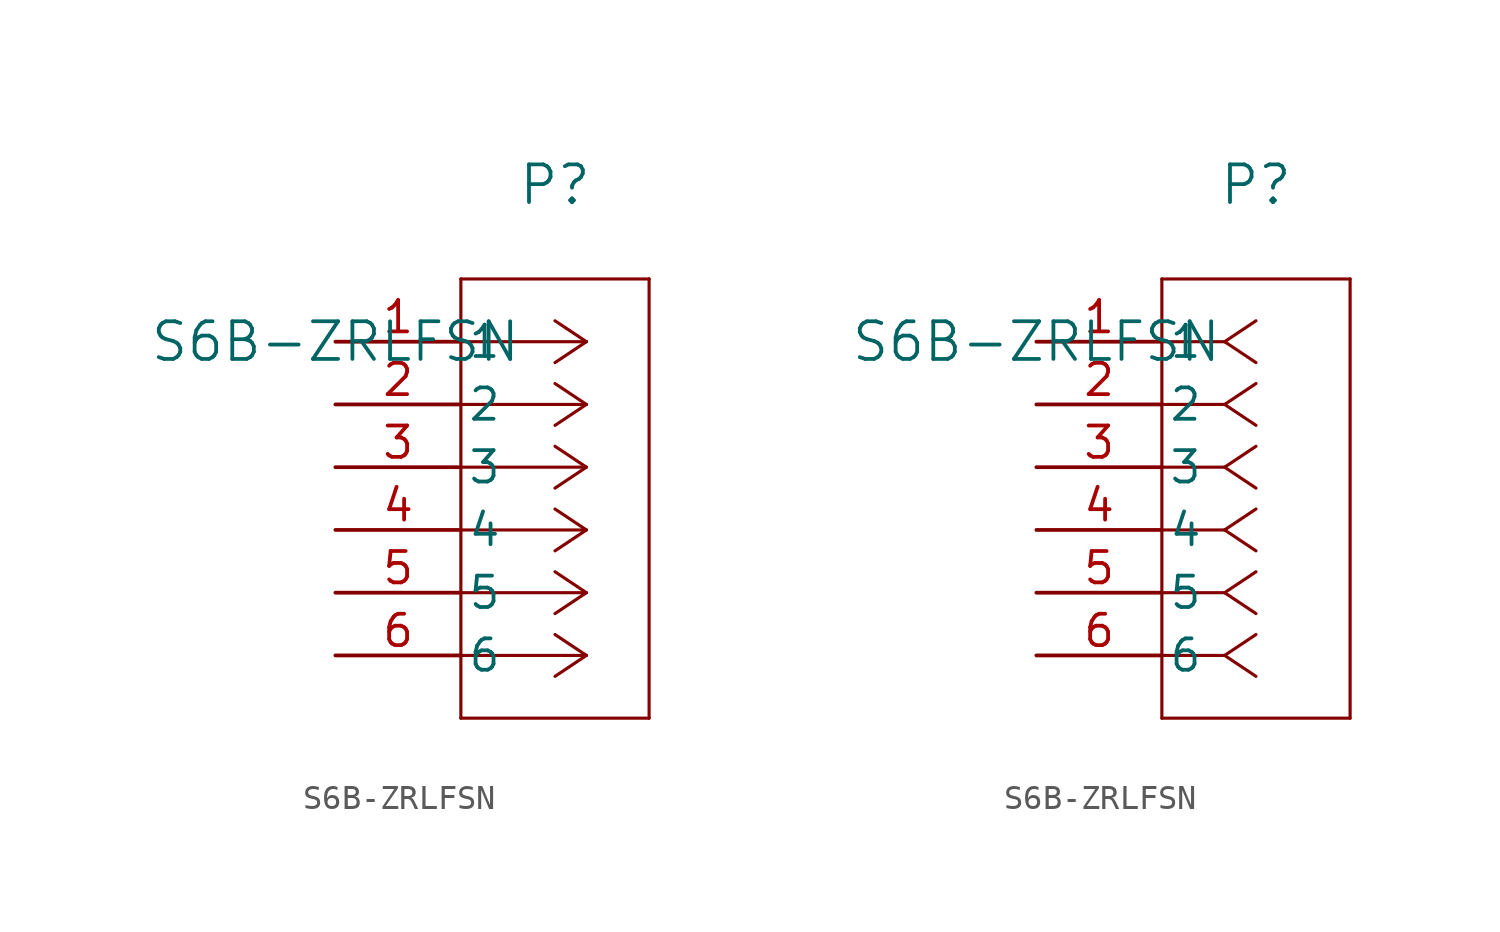
<source format=kicad_sym>
(kicad_symbol_lib
  (version 20211014)
  (generator kicad_symbol_editor)
  (symbol "S6B-ZRLFSN"
    (pin_names
      (offset 0.254))
    (property "Reference" "P"
      (at 8.89 6.35 0)
      (effects (font (size 1.524 1.524))))
    (property "Value" "S6B-ZRLFSN"
      (at 0 0 0)
      (effects (font (size 1.524 1.524))))
    (symbol "S6B-ZRLFSN_1_1"
      (polyline (pts (xy 10.16 0) (xy 5.08 0)) (stroke (width 0.127) (type default) (color 0 0 0 0)) (fill (type none)))
      (polyline (pts (xy 10.16 -2.54) (xy 5.08 -2.54)) (stroke (width 0.127) (type default) (color 0 0 0 0)) (fill (type none)))
      (polyline (pts (xy 10.16 -5.08) (xy 5.08 -5.08)) (stroke (width 0.127) (type default) (color 0 0 0 0)) (fill (type none)))
      (polyline (pts (xy 10.16 -7.62) (xy 5.08 -7.62)) (stroke (width 0.127) (type default) (color 0 0 0 0)) (fill (type none)))
      (polyline (pts (xy 10.16 -10.16) (xy 5.08 -10.16)) (stroke (width 0.127) (type default) (color 0 0 0 0)) (fill (type none)))
      (polyline (pts (xy 10.16 -12.7) (xy 5.08 -12.7)) (stroke (width 0.127) (type default) (color 0 0 0 0)) (fill (type none)))
      (polyline (pts (xy 10.16 0) (xy 8.89 0.847)) (stroke (width 0.127) (type default) (color 0 0 0 0)) (fill (type none)))
      (polyline (pts (xy 10.16 -2.54) (xy 8.89 -1.693)) (stroke (width 0.127) (type default) (color 0 0 0 0)) (fill (type none)))
      (polyline (pts (xy 10.16 -5.08) (xy 8.89 -4.233)) (stroke (width 0.127) (type default) (color 0 0 0 0)) (fill (type none)))
      (polyline (pts (xy 10.16 -7.62) (xy 8.89 -6.773)) (stroke (width 0.127) (type default) (color 0 0 0 0)) (fill (type none)))
      (polyline (pts (xy 10.16 -10.16) (xy 8.89 -9.313)) (stroke (width 0.127) (type default) (color 0 0 0 0)) (fill (type none)))
      (polyline (pts (xy 10.16 -12.7) (xy 8.89 -11.853)) (stroke (width 0.127) (type default) (color 0 0 0 0)) (fill (type none)))
      (polyline (pts (xy 10.16 0) (xy 8.89 -0.847)) (stroke (width 0.127) (type default) (color 0 0 0 0)) (fill (type none)))
      (polyline (pts (xy 10.16 -2.54) (xy 8.89 -3.387)) (stroke (width 0.127) (type default) (color 0 0 0 0)) (fill (type none)))
      (polyline (pts (xy 10.16 -5.08) (xy 8.89 -5.927)) (stroke (width 0.127) (type default) (color 0 0 0 0)) (fill (type none)))
      (polyline (pts (xy 10.16 -7.62) (xy 8.89 -8.467)) (stroke (width 0.127) (type default) (color 0 0 0 0)) (fill (type none)))
      (polyline (pts (xy 10.16 -10.16) (xy 8.89 -11.007)) (stroke (width 0.127) (type default) (color 0 0 0 0)) (fill (type none)))
      (polyline (pts (xy 10.16 -12.7) (xy 8.89 -13.547)) (stroke (width 0.127) (type default) (color 0 0 0 0)) (fill (type none)))
      (polyline (pts (xy 5.08 2.54) (xy 5.08 -15.24)) (stroke (width 0.127) (type default) (color 0 0 0 0)) (fill (type none)))
      (polyline (pts (xy 5.08 -15.24) (xy 12.7 -15.24)) (stroke (width 0.127) (type default) (color 0 0 0 0)) (fill (type none)))
      (polyline (pts (xy 12.7 -15.24) (xy 12.7 2.54)) (stroke (width 0.127) (type default) (color 0 0 0 0)) (fill (type none)))
      (polyline (pts (xy 12.7 2.54) (xy 5.08 2.54)) (stroke (width 0.127) (type default) (color 0 0 0 0)) (fill (type none)))
      (pin unspecified line (at 0 0 0) (length 5.08) (name "1" (effects (font (size 1.27 1.27)))) (number "1" (effects (font (size 1.27 1.27)))))
      (pin unspecified line (at 0 -2.54 0) (length 5.08) (name "2" (effects (font (size 1.27 1.27)))) (number "2" (effects (font (size 1.27 1.27)))))
      (pin unspecified line (at 0 -5.08 0) (length 5.08) (name "3" (effects (font (size 1.27 1.27)))) (number "3" (effects (font (size 1.27 1.27)))))
      (pin unspecified line (at 0 -7.62 0) (length 5.08) (name "4" (effects (font (size 1.27 1.27)))) (number "4" (effects (font (size 1.27 1.27)))))
      (pin unspecified line (at 0 -10.16 0) (length 5.08) (name "5" (effects (font (size 1.27 1.27)))) (number "5" (effects (font (size 1.27 1.27)))))
      (pin unspecified line (at 0 -12.7 0) (length 5.08) (name "6" (effects (font (size 1.27 1.27)))) (number "6" (effects (font (size 1.27 1.27))))))
    (symbol "S6B-ZRLFSN_1_2"
      (polyline (pts (xy 7.62 0) (xy 5.08 0)) (stroke (width 0.127) (type default) (color 0 0 0 0)) (fill (type none)))
      (polyline (pts (xy 7.62 -2.54) (xy 5.08 -2.54)) (stroke (width 0.127) (type default) (color 0 0 0 0)) (fill (type none)))
      (polyline (pts (xy 7.62 -5.08) (xy 5.08 -5.08)) (stroke (width 0.127) (type default) (color 0 0 0 0)) (fill (type none)))
      (polyline (pts (xy 7.62 -7.62) (xy 5.08 -7.62)) (stroke (width 0.127) (type default) (color 0 0 0 0)) (fill (type none)))
      (polyline (pts (xy 7.62 -10.16) (xy 5.08 -10.16)) (stroke (width 0.127) (type default) (color 0 0 0 0)) (fill (type none)))
      (polyline (pts (xy 7.62 -12.7) (xy 5.08 -12.7)) (stroke (width 0.127) (type default) (color 0 0 0 0)) (fill (type none)))
      (polyline (pts (xy 7.62 0) (xy 8.89 0.847)) (stroke (width 0.127) (type default) (color 0 0 0 0)) (fill (type none)))
      (polyline (pts (xy 7.62 -2.54) (xy 8.89 -1.693)) (stroke (width 0.127) (type default) (color 0 0 0 0)) (fill (type none)))
      (polyline (pts (xy 7.62 -5.08) (xy 8.89 -4.233)) (stroke (width 0.127) (type default) (color 0 0 0 0)) (fill (type none)))
      (polyline (pts (xy 7.62 -7.62) (xy 8.89 -6.773)) (stroke (width 0.127) (type default) (color 0 0 0 0)) (fill (type none)))
      (polyline (pts (xy 7.62 -10.16) (xy 8.89 -9.313)) (stroke (width 0.127) (type default) (color 0 0 0 0)) (fill (type none)))
      (polyline (pts (xy 7.62 -12.7) (xy 8.89 -11.853)) (stroke (width 0.127) (type default) (color 0 0 0 0)) (fill (type none)))
      (polyline (pts (xy 7.62 0) (xy 8.89 -0.847)) (stroke (width 0.127) (type default) (color 0 0 0 0)) (fill (type none)))
      (polyline (pts (xy 7.62 -2.54) (xy 8.89 -3.387)) (stroke (width 0.127) (type default) (color 0 0 0 0)) (fill (type none)))
      (polyline (pts (xy 7.62 -5.08) (xy 8.89 -5.927)) (stroke (width 0.127) (type default) (color 0 0 0 0)) (fill (type none)))
      (polyline (pts (xy 7.62 -7.62) (xy 8.89 -8.467)) (stroke (width 0.127) (type default) (color 0 0 0 0)) (fill (type none)))
      (polyline (pts (xy 7.62 -10.16) (xy 8.89 -11.007)) (stroke (width 0.127) (type default) (color 0 0 0 0)) (fill (type none)))
      (polyline (pts (xy 7.62 -12.7) (xy 8.89 -13.547)) (stroke (width 0.127) (type default) (color 0 0 0 0)) (fill (type none)))
      (polyline (pts (xy 5.08 2.54) (xy 5.08 -15.24)) (stroke (width 0.127) (type default) (color 0 0 0 0)) (fill (type none)))
      (polyline (pts (xy 5.08 -15.24) (xy 12.7 -15.24)) (stroke (width 0.127) (type default) (color 0 0 0 0)) (fill (type none)))
      (polyline (pts (xy 12.7 -15.24) (xy 12.7 2.54)) (stroke (width 0.127) (type default) (color 0 0 0 0)) (fill (type none)))
      (polyline (pts (xy 12.7 2.54) (xy 5.08 2.54)) (stroke (width 0.127) (type default) (color 0 0 0 0)) (fill (type none)))
      (pin unspecified line (at 0 0 0) (length 5.08) (name "1" (effects (font (size 1.27 1.27)))) (number "1" (effects (font (size 1.27 1.27)))))
      (pin unspecified line (at 0 -2.54 0) (length 5.08) (name "2" (effects (font (size 1.27 1.27)))) (number "2" (effects (font (size 1.27 1.27)))))
      (pin unspecified line (at 0 -5.08 0) (length 5.08) (name "3" (effects (font (size 1.27 1.27)))) (number "3" (effects (font (size 1.27 1.27)))))
      (pin unspecified line (at 0 -7.62 0) (length 5.08) (name "4" (effects (font (size 1.27 1.27)))) (number "4" (effects (font (size 1.27 1.27)))))
      (pin unspecified line (at 0 -10.16 0) (length 5.08) (name "5" (effects (font (size 1.27 1.27)))) (number "5" (effects (font (size 1.27 1.27)))))
      (pin unspecified line (at 0 -12.7 0) (length 5.08) (name "6" (effects (font (size 1.27 1.27)))) (number "6" (effects (font (size 1.27 1.27))))))))
</source>
